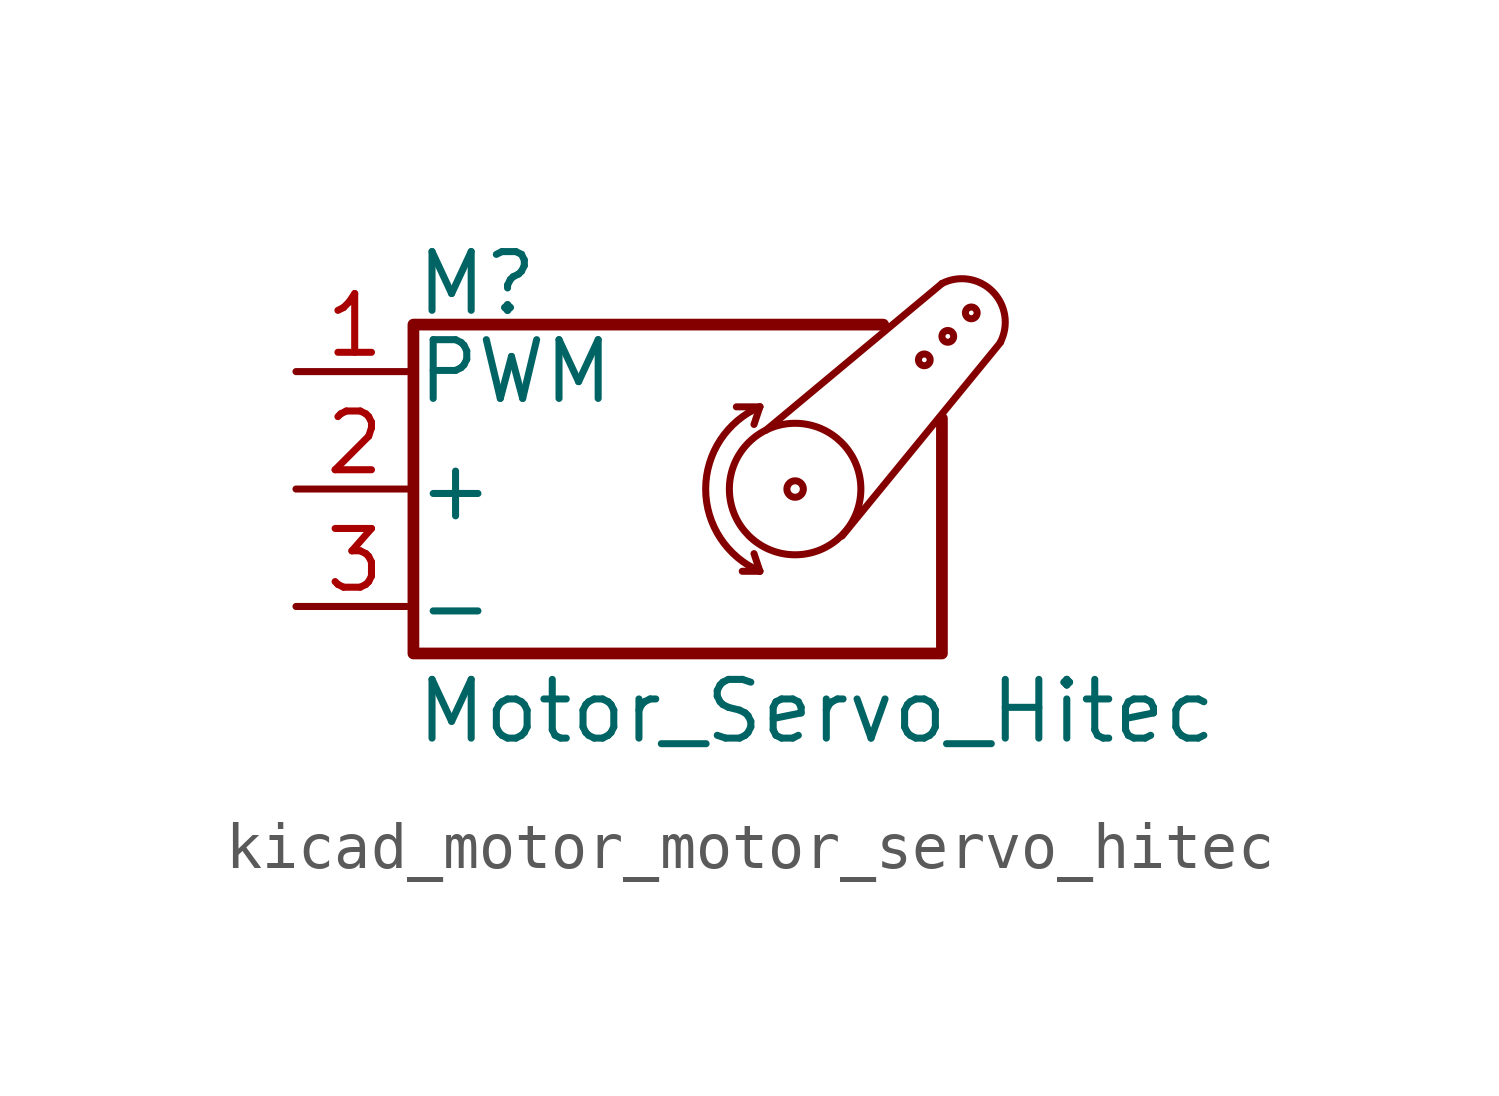
<source format=kicad_sym>
(kicad_symbol_lib
  (version 20220914)
  (generator kicad_symbol_editor)
  (symbol "kicad_motor_motor_servo_hitec"
    (pin_names
      (offset 0.025))
    (property "Reference" "M"
      (at -5.08 4.445 0)
      (effects (font (size 1.27 1.27)) (justify left)))
    (property "Value" "Motor_Servo_Hitec"
      (at -5.08 -4.064 0)
      (effects (font (size 1.27 1.27)) (justify left top)))
    (symbol "kicad_motor_motor_servo_hitec_0_1"
      (polyline (pts (xy 2.413 -1.778) (xy 2.032 -1.778)) (stroke (width 0) (type default)) (fill (type none)))
      (polyline (pts (xy 2.413 -1.778) (xy 2.286 -1.397)) (stroke (width 0) (type default)) (fill (type none)))
      (polyline (pts (xy 2.413 1.778) (xy 1.905 1.778)) (stroke (width 0) (type default)) (fill (type none)))
      (polyline (pts (xy 2.413 1.778) (xy 2.286 1.397)) (stroke (width 0) (type default)) (fill (type none)))
      (polyline (pts (xy 6.35 4.445) (xy 2.54 1.27)) (stroke (width 0) (type default)) (fill (type none)))
      (polyline (pts (xy 7.62 3.175) (xy 4.191 -1.016)) (stroke (width 0) (type default)) (fill (type none)))
      (polyline (pts (xy 5.08 3.556) (xy -5.08 3.556) (xy -5.08 -3.556) (xy 6.35 -3.556) (xy 6.35 1.524)) (stroke (width 0.254) (type default)) (fill (type none)))
      (arc (start 2.413 1.778) (mid 1.2406 0) (end 2.413 -1.778) (stroke (width 0) (type default)) (fill (type none)))
      (circle (center 3.175 0) (radius 0.178) (stroke (width 0) (type default)) (fill (type none)))
      (circle (center 3.175 0) (radius 1.422) (stroke (width 0) (type default)) (fill (type none)))
      (circle (center 5.969 2.794) (radius 0.127) (stroke (width 0) (type default)) (fill (type none)))
      (circle (center 6.477 3.302) (radius 0.127) (stroke (width 0) (type default)) (fill (type none)))
      (circle (center 6.985 3.81) (radius 0.127) (stroke (width 0) (type default)) (fill (type none)))
      (arc (start 7.62 3.175) (mid 7.4485 4.2735) (end 6.35 4.445) (stroke (width 0) (type default)) (fill (type none))))
    (symbol "kicad_motor_motor_servo_hitec_1_1"
      (pin passive line (at -7.62 2.54 0) (length 2.54) (name "PWM" (effects (font (size 1.27 1.27)))) (number "1" (effects (font (size 1.27 1.27)))))
      (pin passive line (at -7.62 0 0) (length 2.54) (name "+" (effects (font (size 1.27 1.27)))) (number "2" (effects (font (size 1.27 1.27)))))
      (pin passive line (at -7.62 -2.54 0) (length 2.54) (name "-" (effects (font (size 1.27 1.27)))) (number "3" (effects (font (size 1.27 1.27))))))))
</source>
